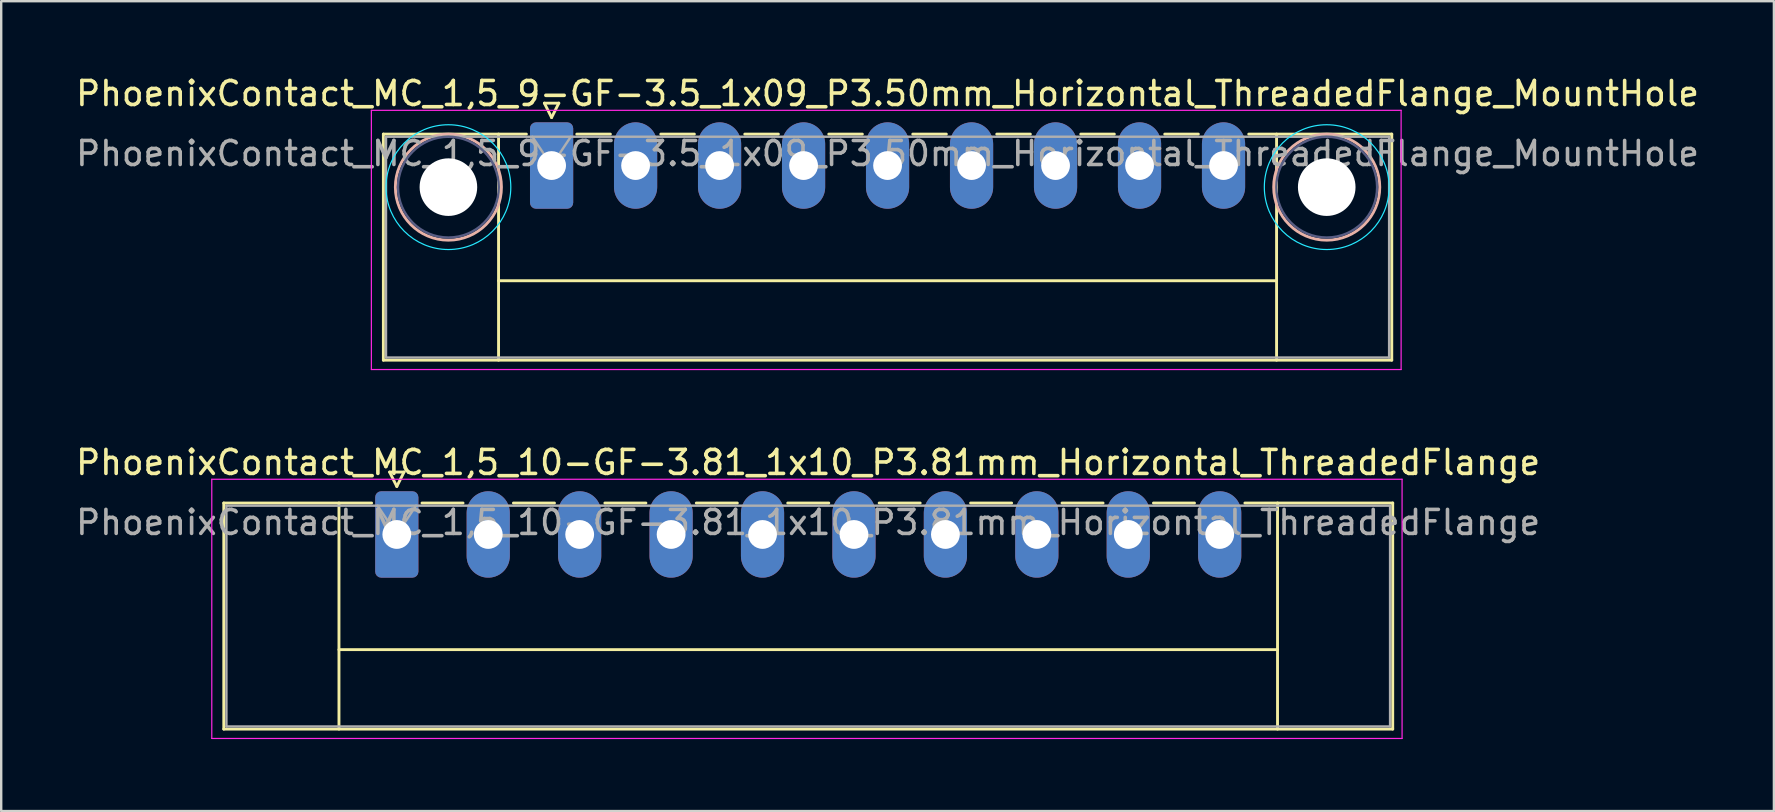
<source format=kicad_pcb>
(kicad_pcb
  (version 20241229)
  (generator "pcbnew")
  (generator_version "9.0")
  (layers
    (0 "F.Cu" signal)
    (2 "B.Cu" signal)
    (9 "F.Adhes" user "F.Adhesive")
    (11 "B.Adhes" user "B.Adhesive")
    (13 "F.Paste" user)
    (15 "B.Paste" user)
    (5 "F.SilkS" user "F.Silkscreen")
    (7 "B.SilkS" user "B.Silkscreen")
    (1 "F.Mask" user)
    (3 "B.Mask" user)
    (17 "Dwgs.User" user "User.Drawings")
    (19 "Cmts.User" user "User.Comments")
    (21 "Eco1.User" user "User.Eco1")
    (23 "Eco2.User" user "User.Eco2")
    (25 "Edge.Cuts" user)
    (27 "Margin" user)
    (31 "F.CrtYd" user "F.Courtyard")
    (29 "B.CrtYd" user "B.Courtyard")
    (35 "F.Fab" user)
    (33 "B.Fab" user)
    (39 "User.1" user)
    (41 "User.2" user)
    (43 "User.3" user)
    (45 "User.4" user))
  (footprint "PhoenixContact_MC_1,5_10-GF-3.81_1x10_P3.81mm_Horizontal_ThreadedFlange"
    (layer "F.Cu")
    (at 13.485 19.221)
    (property "Reference" "PhoenixContact_MC_1,5_10-GF-3.81_1x10_P3.81mm_Horizontal_ThreadedFlange" (at 17.14 -3 0) (layer "F.SilkS") (effects (font (size 1 1) (thickness 0.15))))
    (attr through_hole)
    (fp_line (start -7.21 -1.31) (end -7.21 8.11) (stroke (width 0.12) (type solid)) (layer "F.SilkS"))
    (fp_line (start -7.21 -1.31) (end -1.05 -1.31) (stroke (width 0.12) (type solid)) (layer "F.SilkS"))
    (fp_line (start -7.21 8.11) (end 41.5 8.11) (stroke (width 0.12) (type solid)) (layer "F.SilkS"))
    (fp_line (start -2.41 -1.31) (end -2.41 8.11) (stroke (width 0.12) (type solid)) (layer "F.SilkS"))
    (fp_line (start -2.41 4.8) (end 36.7 4.8) (stroke (width 0.12) (type solid)) (layer "F.SilkS"))
    (fp_line (start -0.3 -2.6) (end 0.3 -2.6) (stroke (width 0.12) (type solid)) (layer "F.SilkS"))
    (fp_line (start 0 -2) (end -0.3 -2.6) (stroke (width 0.12) (type solid)) (layer "F.SilkS"))
    (fp_line (start 0.3 -2.6) (end 0 -2) (stroke (width 0.12) (type solid)) (layer "F.SilkS"))
    (fp_line (start 1.05 -1.31) (end 2.76 -1.31) (stroke (width 0.12) (type solid)) (layer "F.SilkS"))
    (fp_line (start 4.86 -1.31) (end 6.57 -1.31) (stroke (width 0.12) (type solid)) (layer "F.SilkS"))
    (fp_line (start 8.67 -1.31) (end 10.38 -1.31) (stroke (width 0.12) (type solid)) (layer "F.SilkS"))
    (fp_line (start 12.48 -1.31) (end 14.19 -1.31) (stroke (width 0.12) (type solid)) (layer "F.SilkS"))
    (fp_line (start 16.29 -1.31) (end 18 -1.31) (stroke (width 0.12) (type solid)) (layer "F.SilkS"))
    (fp_line (start 20.1 -1.31) (end 21.81 -1.31) (stroke (width 0.12) (type solid)) (layer "F.SilkS"))
    (fp_line (start 23.91 -1.31) (end 25.62 -1.31) (stroke (width 0.12) (type solid)) (layer "F.SilkS"))
    (fp_line (start 27.72 -1.31) (end 29.43 -1.31) (stroke (width 0.12) (type solid)) (layer "F.SilkS"))
    (fp_line (start 31.53 -1.31) (end 33.24 -1.31) (stroke (width 0.12) (type solid)) (layer "F.SilkS"))
    (fp_line (start 36.7 -1.31) (end 36.7 8.11) (stroke (width 0.12) (type solid)) (layer "F.SilkS"))
    (fp_line (start 41.5 -1.31) (end 35.34 -1.31) (stroke (width 0.12) (type solid)) (layer "F.SilkS"))
    (fp_line (start 41.5 8.11) (end 41.5 -1.31) (stroke (width 0.12) (type solid)) (layer "F.SilkS"))
    (fp_line (start -7.71 -2.3) (end -7.71 8.5) (stroke (width 0.05) (type solid)) (layer "F.CrtYd"))
    (fp_line (start -7.71 8.5) (end 41.89 8.5) (stroke (width 0.05) (type solid)) (layer "F.CrtYd"))
    (fp_line (start 41.89 -2.3) (end -7.71 -2.3) (stroke (width 0.05) (type solid)) (layer "F.CrtYd"))
    (fp_line (start 41.89 8.5) (end 41.89 -2.3) (stroke (width 0.05) (type solid)) (layer "F.CrtYd"))
    (fp_line (start -7.1 -1.2) (end -7.1 8) (stroke (width 0.1) (type solid)) (layer "F.Fab"))
    (fp_line (start -7.1 8) (end 41.39 8) (stroke (width 0.1) (type solid)) (layer "F.Fab"))
    (fp_line (start 0 0) (end -0.8 -1.2) (stroke (width 0.1) (type solid)) (layer "F.Fab"))
    (fp_line (start 0.8 -1.2) (end 0 0) (stroke (width 0.1) (type solid)) (layer "F.Fab"))
    (fp_line (start 41.39 -1.2) (end -7.1 -1.2) (stroke (width 0.1) (type solid)) (layer "F.Fab"))
    (fp_line (start 41.39 8) (end 41.39 -1.2) (stroke (width 0.1) (type solid)) (layer "F.Fab"))
    (fp_text user "${REFERENCE}" (at 17.14 -0.5 0) (layer "F.Fab") (effects (font (size 1 1) (thickness 0.15))))
    (pad "1" thru_hole roundrect (at 0 0) (size 1.8 3.6) (drill 1.2) (layers "*.Cu" "*.Mask") (roundrect_rratio 0.139))
    (pad "2" thru_hole oval (at 3.81 0) (size 1.8 3.6) (drill 1.2) (layers "*.Cu" "*.Mask"))
    (pad "3" thru_hole oval (at 7.62 0) (size 1.8 3.6) (drill 1.2) (layers "*.Cu" "*.Mask"))
    (pad "4" thru_hole oval (at 11.43 0) (size 1.8 3.6) (drill 1.2) (layers "*.Cu" "*.Mask"))
    (pad "5" thru_hole oval (at 15.24 0) (size 1.8 3.6) (drill 1.2) (layers "*.Cu" "*.Mask"))
    (pad "6" thru_hole oval (at 19.05 0) (size 1.8 3.6) (drill 1.2) (layers "*.Cu" "*.Mask"))
    (pad "7" thru_hole oval (at 22.86 0) (size 1.8 3.6) (drill 1.2) (layers "*.Cu" "*.Mask"))
    (pad "8" thru_hole oval (at 26.67 0) (size 1.8 3.6) (drill 1.2) (layers "*.Cu" "*.Mask"))
    (pad "9" thru_hole oval (at 30.48 0) (size 1.8 3.6) (drill 1.2) (layers "*.Cu" "*.Mask"))
    (pad "10" thru_hole oval (at 34.29 0) (size 1.8 3.6) (drill 1.2) (layers "*.Cu" "*.Mask")))
  (footprint "PhoenixContact_MC_1,5_9-GF-3.5_1x09_P3.50mm_Horizontal_ThreadedFlange_MountHole"
    (layer "F.Cu")
    (at 19.935 3.848)
    (property "Reference" "PhoenixContact_MC_1,5_9-GF-3.5_1x09_P3.50mm_Horizontal_ThreadedFlange_MountHole" (at 14 -3 0) (layer "F.SilkS") (effects (font (size 1 1) (thickness 0.15))))
    (attr through_hole)
    (fp_line (start -7.01 -1.31) (end -7.01 8.11) (stroke (width 0.12) (type solid)) (layer "F.SilkS"))
    (fp_line (start -7.01 -1.31) (end -1.05 -1.31) (stroke (width 0.12) (type solid)) (layer "F.SilkS"))
    (fp_line (start -7.01 8.11) (end 35.01 8.11) (stroke (width 0.12) (type solid)) (layer "F.SilkS"))
    (fp_line (start -2.21 -1.31) (end -2.21 8.11) (stroke (width 0.12) (type solid)) (layer "F.SilkS"))
    (fp_line (start -2.21 4.8) (end 30.21 4.8) (stroke (width 0.12) (type solid)) (layer "F.SilkS"))
    (fp_line (start -0.3 -2.6) (end 0.3 -2.6) (stroke (width 0.12) (type solid)) (layer "F.SilkS"))
    (fp_line (start 0 -2) (end -0.3 -2.6) (stroke (width 0.12) (type solid)) (layer "F.SilkS"))
    (fp_line (start 0.3 -2.6) (end 0 -2) (stroke (width 0.12) (type solid)) (layer "F.SilkS"))
    (fp_line (start 1.05 -1.31) (end 2.45 -1.31) (stroke (width 0.12) (type solid)) (layer "F.SilkS"))
    (fp_line (start 4.55 -1.31) (end 5.95 -1.31) (stroke (width 0.12) (type solid)) (layer "F.SilkS"))
    (fp_line (start 8.05 -1.31) (end 9.45 -1.31) (stroke (width 0.12) (type solid)) (layer "F.SilkS"))
    (fp_line (start 11.55 -1.31) (end 12.95 -1.31) (stroke (width 0.12) (type solid)) (layer "F.SilkS"))
    (fp_line (start 15.05 -1.31) (end 16.45 -1.31) (stroke (width 0.12) (type solid)) (layer "F.SilkS"))
    (fp_line (start 18.55 -1.31) (end 19.95 -1.31) (stroke (width 0.12) (type solid)) (layer "F.SilkS"))
    (fp_line (start 22.05 -1.31) (end 23.45 -1.31) (stroke (width 0.12) (type solid)) (layer "F.SilkS"))
    (fp_line (start 25.55 -1.31) (end 26.95 -1.31) (stroke (width 0.12) (type solid)) (layer "F.SilkS"))
    (fp_line (start 30.21 -1.31) (end 30.21 8.11) (stroke (width 0.12) (type solid)) (layer "F.SilkS"))
    (fp_line (start 35.01 -1.31) (end 29.05 -1.31) (stroke (width 0.12) (type solid)) (layer "F.SilkS"))
    (fp_line (start 35.01 8.11) (end 35.01 -1.31) (stroke (width 0.12) (type solid)) (layer "F.SilkS"))
    (fp_circle (center -4.3 0.9) (end -2.09 0.9) (stroke (width 0.12) (type solid)) (fill no) (layer "B.SilkS"))
    (fp_circle (center 32.3 0.9) (end 34.51 0.9) (stroke (width 0.12) (type solid)) (fill no) (layer "B.SilkS"))
    (fp_circle (center -4.3 0.9) (end -1.7 0.9) (stroke (width 0.05) (type solid)) (fill no) (layer "B.CrtYd"))
    (fp_circle (center 32.3 0.9) (end 34.9 0.9) (stroke (width 0.05) (type solid)) (fill no) (layer "B.CrtYd"))
    (fp_line (start -7.51 -2.3) (end -7.51 8.5) (stroke (width 0.05) (type solid)) (layer "F.CrtYd"))
    (fp_line (start -7.51 8.5) (end 35.4 8.5) (stroke (width 0.05) (type solid)) (layer "F.CrtYd"))
    (fp_line (start 35.4 -2.3) (end -7.51 -2.3) (stroke (width 0.05) (type solid)) (layer "F.CrtYd"))
    (fp_line (start 35.4 8.5) (end 35.4 -2.3) (stroke (width 0.05) (type solid)) (layer "F.CrtYd"))
    (fp_circle (center -4.3 0.9) (end -2.2 0.9) (stroke (width 0.1) (type solid)) (fill no) (layer "B.Fab"))
    (fp_circle (center 32.3 0.9) (end 34.4 0.9) (stroke (width 0.1) (type solid)) (fill no) (layer "B.Fab"))
    (fp_line (start -6.9 -1.2) (end -6.9 8) (stroke (width 0.1) (type solid)) (layer "F.Fab"))
    (fp_line (start -6.9 8) (end 34.9 8) (stroke (width 0.1) (type solid)) (layer "F.Fab"))
    (fp_line (start 0 0) (end -0.8 -1.2) (stroke (width 0.1) (type solid)) (layer "F.Fab"))
    (fp_line (start 0.8 -1.2) (end 0 0) (stroke (width 0.1) (type solid)) (layer "F.Fab"))
    (fp_line (start 34.9 -1.2) (end -6.9 -1.2) (stroke (width 0.1) (type solid)) (layer "F.Fab"))
    (fp_line (start 34.9 8) (end 34.9 -1.2) (stroke (width 0.1) (type solid)) (layer "F.Fab"))
    (fp_text user "${REFERENCE}" (at 14 -0.5 0) (layer "F.Fab") (effects (font (size 1 1) (thickness 0.15))))
    (pad "" np_thru_hole circle (at -4.3 0.9) (size 2.4 2.4) (drill 2.4) (layers "*.Cu" "*.Mask"))
    (pad "" np_thru_hole circle (at 32.3 0.9) (size 2.4 2.4) (drill 2.4) (layers "*.Cu" "*.Mask"))
    (pad "1" thru_hole roundrect (at 0 0) (size 1.8 3.6) (drill 1.2) (layers "*.Cu" "*.Mask") (roundrect_rratio 0.139))
    (pad "2" thru_hole oval (at 3.5 0) (size 1.8 3.6) (drill 1.2) (layers "*.Cu" "*.Mask"))
    (pad "3" thru_hole oval (at 7 0) (size 1.8 3.6) (drill 1.2) (layers "*.Cu" "*.Mask"))
    (pad "4" thru_hole oval (at 10.5 0) (size 1.8 3.6) (drill 1.2) (layers "*.Cu" "*.Mask"))
    (pad "5" thru_hole oval (at 14 0) (size 1.8 3.6) (drill 1.2) (layers "*.Cu" "*.Mask"))
    (pad "6" thru_hole oval (at 17.5 0) (size 1.8 3.6) (drill 1.2) (layers "*.Cu" "*.Mask"))
    (pad "7" thru_hole oval (at 21 0) (size 1.8 3.6) (drill 1.2) (layers "*.Cu" "*.Mask"))
    (pad "8" thru_hole oval (at 24.5 0) (size 1.8 3.6) (drill 1.2) (layers "*.Cu" "*.Mask"))
    (pad "9" thru_hole oval (at 28 0) (size 1.8 3.6) (drill 1.2) (layers "*.Cu" "*.Mask")))
  (gr_rect
    (start -3 -3)
    (end 70.869 30.747)
    (stroke (width 0.1) (type default))
    (fill no)
    (layer "Edge.Cuts")))
</source>
